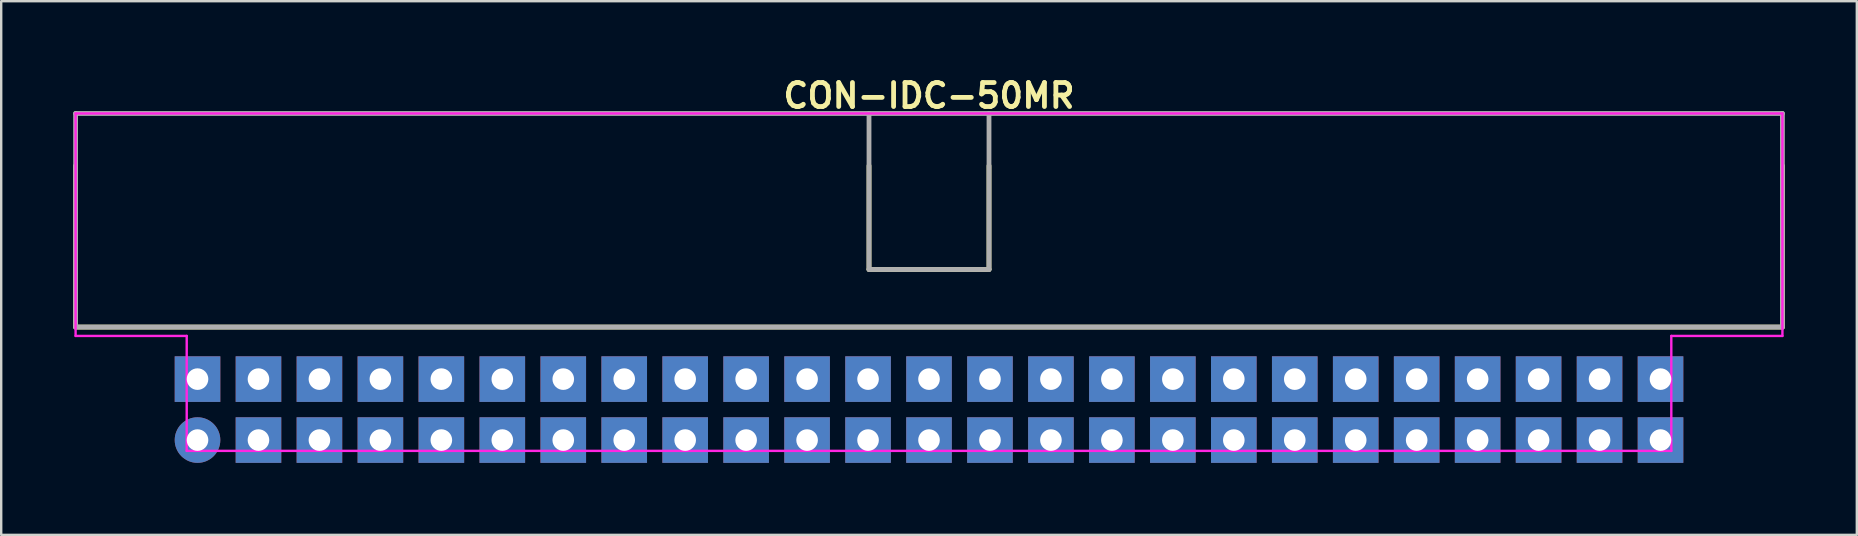
<source format=kicad_pcb>
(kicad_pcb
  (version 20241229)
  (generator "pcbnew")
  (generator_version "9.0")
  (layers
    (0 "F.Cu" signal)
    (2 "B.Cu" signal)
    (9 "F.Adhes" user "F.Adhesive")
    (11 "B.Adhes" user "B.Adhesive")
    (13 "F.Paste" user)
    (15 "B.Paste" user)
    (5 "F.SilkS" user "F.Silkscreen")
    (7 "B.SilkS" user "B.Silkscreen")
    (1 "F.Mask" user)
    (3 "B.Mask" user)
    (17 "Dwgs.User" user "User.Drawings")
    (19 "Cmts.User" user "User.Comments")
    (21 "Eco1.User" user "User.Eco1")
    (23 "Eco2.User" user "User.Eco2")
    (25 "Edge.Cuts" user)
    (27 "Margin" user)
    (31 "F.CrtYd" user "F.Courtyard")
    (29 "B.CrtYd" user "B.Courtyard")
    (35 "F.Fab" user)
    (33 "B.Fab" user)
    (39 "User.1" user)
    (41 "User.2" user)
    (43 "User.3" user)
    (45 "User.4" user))
  (footprint "CON-IDC-50MR"
    (layer "F.Cu")
    (at 35.66 14.017)
    (property "Reference" "CON-IDC-50MR" (at 0 -13.081 0) (layer "F.SilkS") (effects (font (size 1 1) (thickness 0.2))))
    (attr through_hole)
    (fp_line (start -35.56 -10.16) (end -35.56 -3.44) (stroke (width 0.2) (type solid)) (layer "F.SilkS"))
    (fp_line (start -35.56 -3.44) (end 35.56 -3.44) (stroke (width 0.2) (type solid)) (layer "F.SilkS"))
    (fp_line (start -2.5 -10.16) (end -2.5 -5.84) (stroke (width 0.2) (type solid)) (layer "F.SilkS"))
    (fp_line (start -2.5 -5.84) (end 2.5 -5.84) (stroke (width 0.2) (type solid)) (layer "F.SilkS"))
    (fp_line (start 2.5 -10.16) (end 2.5 -5.84) (stroke (width 0.2) (type solid)) (layer "F.SilkS"))
    (fp_line (start 35.56 -10.16) (end 35.56 -3.44) (stroke (width 0.2) (type solid)) (layer "F.SilkS"))
    (fp_line (start -35.56 -12.34) (end -35.56 -3.07) (stroke (width 0.1) (type solid)) (layer "F.CrtYd"))
    (fp_line (start -35.56 -12.34) (end 35.56 -12.34) (stroke (width 0.1) (type solid)) (layer "F.CrtYd"))
    (fp_line (start -35.56 -3.07) (end -30.93 -3.07) (stroke (width 0.1) (type solid)) (layer "F.CrtYd"))
    (fp_line (start -30.93 -3.07) (end -30.93 1.72) (stroke (width 0.1) (type solid)) (layer "F.CrtYd"))
    (fp_line (start -30.93 1.72) (end 30.93 1.72) (stroke (width 0.1) (type solid)) (layer "F.CrtYd"))
    (fp_line (start 30.93 -3.07) (end 30.93 1.72) (stroke (width 0.1) (type solid)) (layer "F.CrtYd"))
    (fp_line (start 30.93 -3.07) (end 35.56 -3.07) (stroke (width 0.1) (type solid)) (layer "F.CrtYd"))
    (fp_line (start 35.56 -12.34) (end 35.56 -3.07) (stroke (width 0.1) (type solid)) (layer "F.CrtYd"))
    (fp_line (start -35.56 -12.34) (end -35.56 -3.44) (stroke (width 0.2) (type solid)) (layer "F.Fab"))
    (fp_line (start -35.56 -12.34) (end 35.56 -12.34) (stroke (width 0.2) (type solid)) (layer "F.Fab"))
    (fp_line (start -35.56 -3.44) (end 35.56 -3.44) (stroke (width 0.2) (type solid)) (layer "F.Fab"))
    (fp_line (start -2.5 -12.34) (end -2.5 -5.84) (stroke (width 0.2) (type solid)) (layer "F.Fab"))
    (fp_line (start -2.5 -5.84) (end 2.5 -5.84) (stroke (width 0.2) (type solid)) (layer "F.Fab"))
    (fp_line (start 2.5 -12.34) (end 2.5 -5.84) (stroke (width 0.2) (type solid)) (layer "F.Fab"))
    (fp_line (start 35.56 -12.34) (end 35.56 -3.44) (stroke (width 0.2) (type solid)) (layer "F.Fab"))
    (pad "1" thru_hole circle (at -30.48 1.27) (size 1.9 1.9) (drill 0.9) (layers "B.Cu" "B.Mask"))
    (pad "2" thru_hole rect (at -30.48 -1.27) (size 1.9 1.9) (drill 0.9) (layers "B.Cu" "B.Mask"))
    (pad "3" thru_hole rect (at -27.94 1.27) (size 1.9 1.9) (drill 0.9) (layers "B.Cu" "B.Mask"))
    (pad "4" thru_hole rect (at -27.94 -1.27) (size 1.9 1.9) (drill 0.9) (layers "B.Cu" "B.Mask"))
    (pad "5" thru_hole rect (at -25.4 1.27) (size 1.9 1.9) (drill 0.9) (layers "B.Cu" "B.Mask"))
    (pad "6" thru_hole rect (at -25.4 -1.27) (size 1.9 1.9) (drill 0.9) (layers "B.Cu" "B.Mask"))
    (pad "7" thru_hole rect (at -22.86 1.27) (size 1.9 1.9) (drill 0.9) (layers "B.Cu" "B.Mask"))
    (pad "8" thru_hole rect (at -22.86 -1.27) (size 1.9 1.9) (drill 0.9) (layers "B.Cu" "B.Mask"))
    (pad "9" thru_hole rect (at -20.32 1.27) (size 1.9 1.9) (drill 0.9) (layers "B.Cu" "B.Mask"))
    (pad "10" thru_hole rect (at -20.32 -1.27) (size 1.9 1.9) (drill 0.9) (layers "B.Cu" "B.Mask"))
    (pad "11" thru_hole rect (at -17.78 1.27) (size 1.9 1.9) (drill 0.9) (layers "B.Cu" "B.Mask"))
    (pad "12" thru_hole rect (at -17.78 -1.27) (size 1.9 1.9) (drill 0.9) (layers "B.Cu" "B.Mask"))
    (pad "13" thru_hole rect (at -15.24 1.27) (size 1.9 1.9) (drill 0.9) (layers "B.Cu" "B.Mask"))
    (pad "14" thru_hole rect (at -15.24 -1.27) (size 1.9 1.9) (drill 0.9) (layers "B.Cu" "B.Mask"))
    (pad "15" thru_hole rect (at -12.7 1.27) (size 1.9 1.9) (drill 0.9) (layers "B.Cu" "B.Mask"))
    (pad "16" thru_hole rect (at -12.7 -1.27) (size 1.9 1.9) (drill 0.9) (layers "B.Cu" "B.Mask"))
    (pad "17" thru_hole rect (at -10.16 1.27) (size 1.9 1.9) (drill 0.9) (layers "B.Cu" "B.Mask"))
    (pad "18" thru_hole rect (at -10.16 -1.27) (size 1.9 1.9) (drill 0.9) (layers "B.Cu" "B.Mask"))
    (pad "19" thru_hole rect (at -7.62 1.27) (size 1.9 1.9) (drill 0.9) (layers "B.Cu" "B.Mask"))
    (pad "20" thru_hole rect (at -7.62 -1.27) (size 1.9 1.9) (drill 0.9) (layers "B.Cu" "B.Mask"))
    (pad "21" thru_hole rect (at -5.08 1.27) (size 1.9 1.9) (drill 0.9) (layers "B.Cu" "B.Mask"))
    (pad "22" thru_hole rect (at -5.08 -1.27) (size 1.9 1.9) (drill 0.9) (layers "B.Cu" "B.Mask"))
    (pad "23" thru_hole rect (at -2.54 1.27) (size 1.9 1.9) (drill 0.9) (layers "B.Cu" "B.Mask"))
    (pad "24" thru_hole rect (at -2.54 -1.27) (size 1.9 1.9) (drill 0.9) (layers "B.Cu" "B.Mask"))
    (pad "25" thru_hole rect (at 0 1.27) (size 1.9 1.9) (drill 0.9) (layers "B.Cu" "B.Mask"))
    (pad "26" thru_hole rect (at 0 -1.27) (size 1.9 1.9) (drill 0.9) (layers "B.Cu" "B.Mask"))
    (pad "27" thru_hole rect (at 2.54 1.27) (size 1.9 1.9) (drill 0.9) (layers "B.Cu" "B.Mask"))
    (pad "28" thru_hole rect (at 2.54 -1.27) (size 1.9 1.9) (drill 0.9) (layers "B.Cu" "B.Mask"))
    (pad "29" thru_hole rect (at 5.08 1.27) (size 1.9 1.9) (drill 0.9) (layers "B.Cu" "B.Mask"))
    (pad "30" thru_hole rect (at 5.08 -1.27) (size 1.9 1.9) (drill 0.9) (layers "B.Cu" "B.Mask"))
    (pad "31" thru_hole rect (at 7.62 1.27) (size 1.9 1.9) (drill 0.9) (layers "B.Cu" "B.Mask"))
    (pad "32" thru_hole rect (at 7.62 -1.27) (size 1.9 1.9) (drill 0.9) (layers "B.Cu" "B.Mask"))
    (pad "33" thru_hole rect (at 10.16 1.27) (size 1.9 1.9) (drill 0.9) (layers "B.Cu" "B.Mask"))
    (pad "34" thru_hole rect (at 10.16 -1.27) (size 1.9 1.9) (drill 0.9) (layers "B.Cu" "B.Mask"))
    (pad "35" thru_hole rect (at 12.7 1.27) (size 1.9 1.9) (drill 0.9) (layers "B.Cu" "B.Mask"))
    (pad "36" thru_hole rect (at 12.7 -1.27) (size 1.9 1.9) (drill 0.9) (layers "B.Cu" "B.Mask"))
    (pad "37" thru_hole rect (at 15.24 1.27) (size 1.9 1.9) (drill 0.9) (layers "B.Cu" "B.Mask"))
    (pad "38" thru_hole rect (at 15.24 -1.27) (size 1.9 1.9) (drill 0.9) (layers "B.Cu" "B.Mask"))
    (pad "39" thru_hole rect (at 17.78 1.27) (size 1.9 1.9) (drill 0.9) (layers "B.Cu" "B.Mask"))
    (pad "40" thru_hole rect (at 17.78 -1.27) (size 1.9 1.9) (drill 0.9) (layers "B.Cu" "B.Mask"))
    (pad "41" thru_hole rect (at 20.32 1.27) (size 1.9 1.9) (drill 0.9) (layers "B.Cu" "B.Mask"))
    (pad "42" thru_hole rect (at 20.32 -1.27) (size 1.9 1.9) (drill 0.9) (layers "B.Cu" "B.Mask"))
    (pad "43" thru_hole rect (at 22.86 1.27) (size 1.9 1.9) (drill 0.9) (layers "B.Cu" "B.Mask"))
    (pad "44" thru_hole rect (at 22.86 -1.27) (size 1.9 1.9) (drill 0.9) (layers "B.Cu" "B.Mask"))
    (pad "45" thru_hole rect (at 25.4 1.27) (size 1.9 1.9) (drill 0.9) (layers "B.Cu" "B.Mask"))
    (pad "46" thru_hole rect (at 25.4 -1.27) (size 1.9 1.9) (drill 0.9) (layers "B.Cu" "B.Mask"))
    (pad "47" thru_hole rect (at 27.94 1.27) (size 1.9 1.9) (drill 0.9) (layers "B.Cu" "B.Mask"))
    (pad "48" thru_hole rect (at 27.94 -1.27) (size 1.9 1.9) (drill 0.9) (layers "B.Cu" "B.Mask"))
    (pad "49" thru_hole rect (at 30.48 1.27) (size 1.9 1.9) (drill 0.9) (layers "B.Cu" "B.Mask"))
    (pad "50" thru_hole rect (at 30.48 -1.27) (size 1.9 1.9) (drill 0.9) (layers "B.Cu" "B.Mask")))
  (gr_rect
    (start -3 -3)
    (end 74.32 19.237)
    (stroke (width 0.1) (type default))
    (fill no)
    (layer "Edge.Cuts")))
</source>
